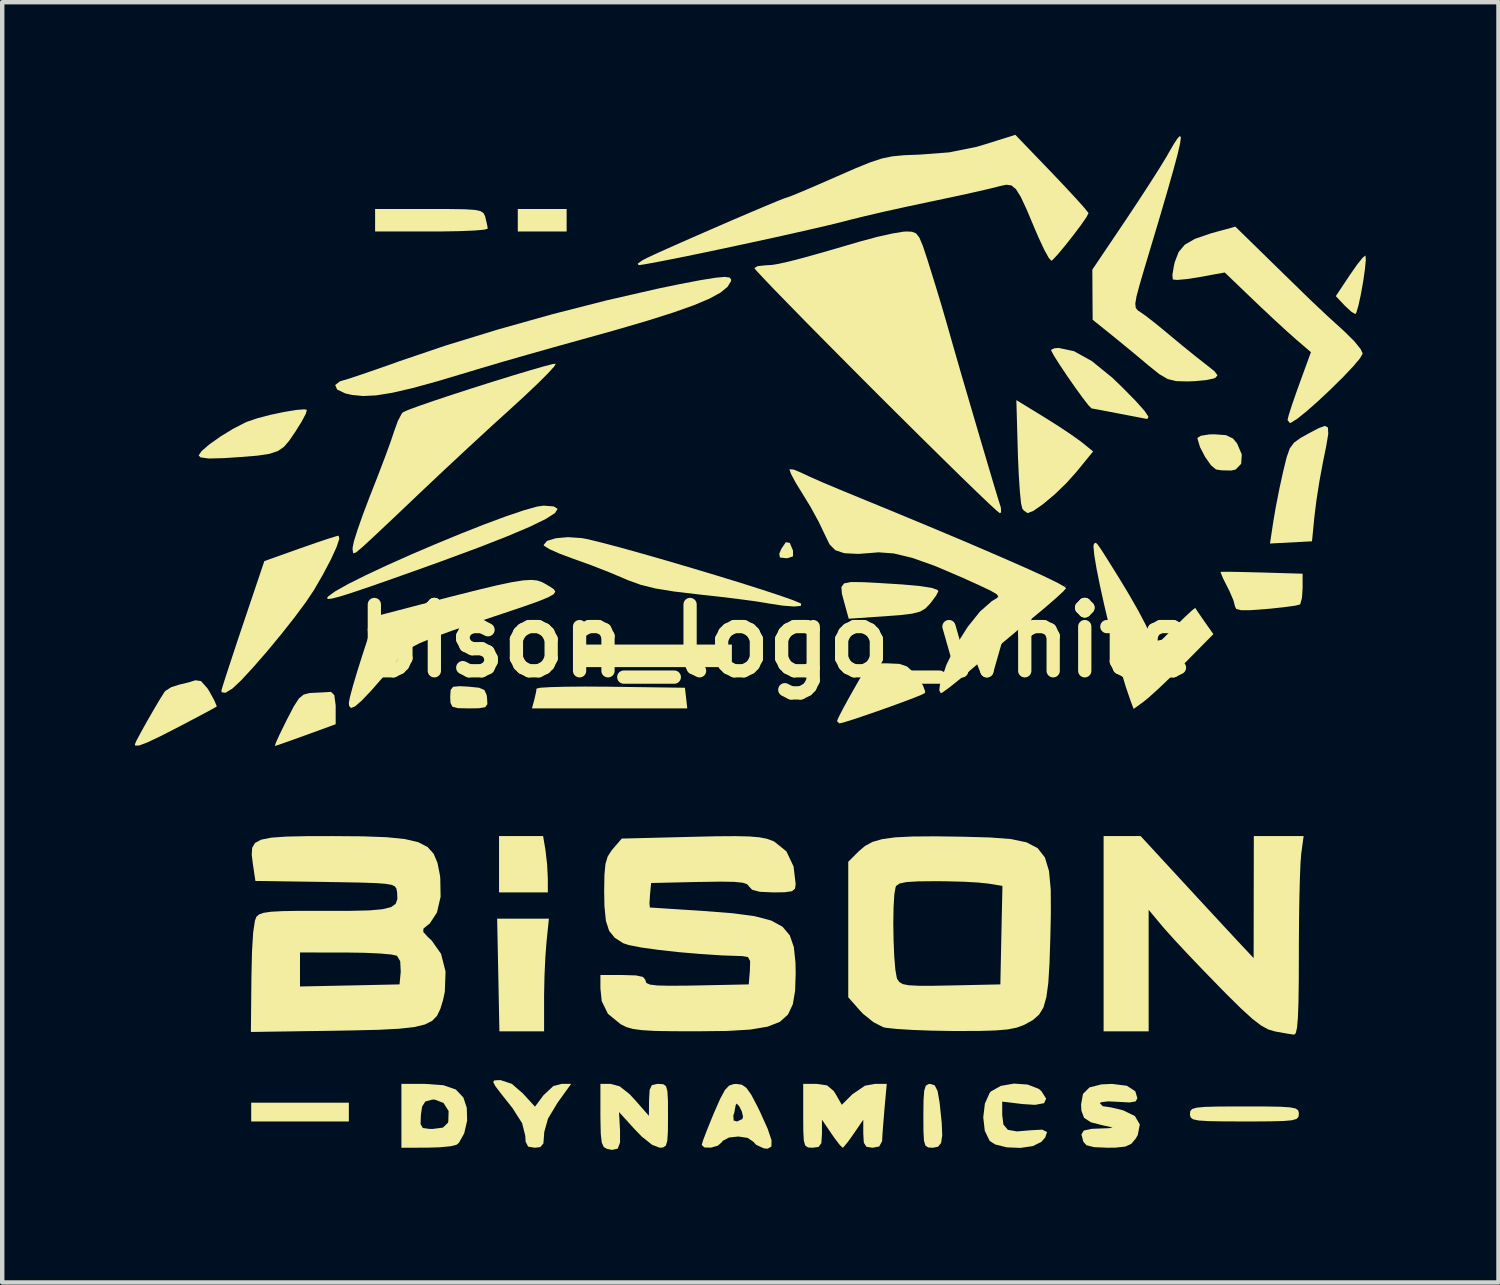
<source format=kicad_pcb>
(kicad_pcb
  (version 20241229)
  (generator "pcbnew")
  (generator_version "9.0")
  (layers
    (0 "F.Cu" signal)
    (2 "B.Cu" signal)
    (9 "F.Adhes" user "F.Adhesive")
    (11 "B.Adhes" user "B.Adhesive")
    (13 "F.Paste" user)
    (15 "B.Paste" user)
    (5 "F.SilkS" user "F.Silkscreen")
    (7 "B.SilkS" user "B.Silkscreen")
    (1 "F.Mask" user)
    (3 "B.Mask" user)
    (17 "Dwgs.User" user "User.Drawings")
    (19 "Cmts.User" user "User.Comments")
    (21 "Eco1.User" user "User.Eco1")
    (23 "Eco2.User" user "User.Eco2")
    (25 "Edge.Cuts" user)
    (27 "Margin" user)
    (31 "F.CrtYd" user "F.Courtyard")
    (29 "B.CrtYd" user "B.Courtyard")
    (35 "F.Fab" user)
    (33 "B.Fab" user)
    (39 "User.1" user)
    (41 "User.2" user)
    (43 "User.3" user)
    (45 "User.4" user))
  (footprint "bison_logo_white"
    (layer "F.Cu")
    (at 14.526 11.447)
    (property "Reference" "bison_logo_white" (at 0 0 0) (layer "F.SilkS") (effects (font (size 1.5 1.5) (thickness 0.3))))
    (attr board_only exclude_from_pos_files exclude_from_bom)
    (fp_poly (pts (xy -9.684 10.661) (xy -9.684 10.874) (xy -10.789 10.874) (xy -11.893 10.874) (xy -11.893 10.661) (xy -11.893 10.449) (xy -10.789 10.449) (xy -9.684 10.449)) (stroke (width 0) (type solid)) (fill yes) (layer "F.SilkS"))
    (fp_poly (pts (xy -4.757 -9.514) (xy -4.757 -9.26) (xy -5.309 -9.26) (xy -5.862 -9.26) (xy -5.862 -9.514) (xy -5.862 -9.769) (xy -5.309 -9.769) (xy -4.757 -9.769)) (stroke (width 0) (type solid)) (fill yes) (layer "F.SilkS"))
    (fp_poly (pts (xy -1.019 0.34) (xy -1.019 0.595) (xy -2.676 0.595) (xy -4.332 0.595) (xy -4.332 0.34) (xy -4.332 0.085) (xy -2.676 0.085) (xy -1.019 0.085)) (stroke (width 0) (type solid)) (fill yes) (layer "F.SilkS"))
    (fp_poly (pts (xy 0.292 -2.214) (xy 0.364 -2.04) (xy 0.364 -1.91) (xy 0.242 -1.87) (xy 0.206 -1.869) (xy 0.068 -1.885) (xy 0.054 -1.968) (xy 0.099 -2.079) (xy 0.202 -2.231)) (stroke (width 0) (type solid)) (fill yes) (layer "F.SilkS"))
    (fp_poly (pts (xy -5.236 4.736) (xy -5.199 5.053) (xy -5.183 5.371) (xy -5.183 5.373) (xy -5.182 5.692) (xy -5.734 5.692) (xy -6.286 5.692) (xy -6.286 5.055) (xy -6.286 4.417) (xy -5.788 4.417) (xy -5.289 4.417)) (stroke (width 0) (type solid)) (fill yes) (layer "F.SilkS"))
    (fp_poly (pts (xy -5.743 6.286) (xy -5.158 6.286) (xy -5.212 6.808) (xy -5.238 7.15) (xy -5.258 7.579) (xy -5.267 8.011) (xy -5.267 8.083) (xy -5.267 8.835) (xy -5.772 8.835) (xy -6.278 8.835) (xy -6.303 7.56) (xy -6.329 6.286)) (stroke (width 0) (type solid)) (fill yes) (layer "F.SilkS"))
    (fp_poly (pts (xy -3.846 1.038) (xy -3.759 1.039) (xy -2.081 1.062) (xy -2.054 1.295) (xy -2.028 1.529) (xy -3.785 1.529) (xy -5.542 1.529) (xy -5.49 1.338) (xy -5.449 1.161) (xy -5.438 1.081) (xy -5.357 1.062) (xy -5.132 1.048) (xy -4.788 1.039) (xy -4.351 1.035)) (stroke (width 0) (type solid)) (fill yes) (layer "F.SilkS"))
    (fp_poly (pts (xy -6.987 1.036) (xy -6.741 1.061) (xy -6.617 1.114) (xy -6.567 1.224) (xy -6.557 1.295) (xy -6.55 1.433) (xy -6.6 1.502) (xy -6.746 1.526) (xy -6.96 1.529) (xy -7.214 1.524) (xy -7.341 1.491) (xy -7.385 1.403) (xy -7.391 1.27) (xy -7.382 1.114) (xy -7.327 1.041) (xy -7.18 1.026)) (stroke (width 0) (type solid)) (fill yes) (layer "F.SilkS"))
    (fp_poly (pts (xy 13.315 -8.716) (xy 13.323 -8.618) (xy 13.303 -8.408) (xy 13.264 -8.135) (xy 13.213 -7.849) (xy 13.159 -7.598) (xy 13.111 -7.431) (xy 13.085 -7.391) (xy 12.993 -7.447) (xy 12.847 -7.582) (xy 12.836 -7.594) (xy 12.644 -7.798) (xy 12.961 -8.275) (xy 13.125 -8.509) (xy 13.251 -8.667) (xy 13.314 -8.716)) (stroke (width 0) (type solid)) (fill yes) (layer "F.SilkS"))
    (fp_poly (pts (xy 10.157 -4.653) (xy 10.317 -4.577) (xy 10.411 -4.465) (xy 10.517 -4.214) (xy 10.503 -4.005) (xy 10.378 -3.875) (xy 10.279 -3.852) (xy 10.058 -3.857) (xy 9.932 -3.877) (xy 9.819 -3.972) (xy 9.686 -4.162) (xy 9.572 -4.382) (xy 9.516 -4.568) (xy 9.514 -4.59) (xy 9.59 -4.639) (xy 9.782 -4.669) (xy 9.895 -4.672)) (stroke (width 0) (type solid)) (fill yes) (layer "F.SilkS"))
    (fp_poly (pts (xy -7.39 -9.768) (xy -7.055 -9.763) (xy -6.836 -9.748) (xy -6.706 -9.721) (xy -6.638 -9.677) (xy -6.605 -9.613) (xy -6.595 -9.578) (xy -6.554 -9.402) (xy -6.542 -9.323) (xy -6.622 -9.301) (xy -6.842 -9.282) (xy -7.174 -9.268) (xy -7.587 -9.261) (xy -7.815 -9.26) (xy -9.09 -9.26) (xy -9.09 -9.514) (xy -9.09 -9.769) (xy -7.868 -9.769)) (stroke (width 0) (type solid)) (fill yes) (layer "F.SilkS"))
    (fp_poly (pts (xy 3.57 10.057) (xy 3.634 10.182) (xy 3.679 10.436) (xy 3.683 10.47) (xy 3.728 10.898) (xy 3.74 11.186) (xy 3.715 11.359) (xy 3.647 11.444) (xy 3.533 11.468) (xy 3.525 11.468) (xy 3.423 11.462) (xy 3.36 11.419) (xy 3.327 11.308) (xy 3.315 11.093) (xy 3.313 10.746) (xy 3.317 10.394) (xy 3.332 10.179) (xy 3.367 10.067) (xy 3.428 10.028) (xy 3.471 10.024)) (stroke (width 0) (type solid)) (fill yes) (layer "F.SilkS"))
    (fp_poly (pts (xy 6.043 -5.062) (xy 6.365 -4.859) (xy 6.66 -4.663) (xy 6.875 -4.509) (xy 6.911 -4.481) (xy 7.153 -4.284) (xy 6.773 -3.818) (xy 6.542 -3.561) (xy 6.279 -3.308) (xy 6.021 -3.092) (xy 5.805 -2.941) (xy 5.671 -2.888) (xy 5.583 -2.95) (xy 5.55 -2.994) (xy 5.523 -3.115) (xy 5.497 -3.37) (xy 5.473 -3.727) (xy 5.454 -4.15) (xy 5.45 -4.273) (xy 5.417 -5.445)) (stroke (width 0) (type solid)) (fill yes) (layer "F.SilkS"))
    (fp_poly (pts (xy -10.013 1.229) (xy -9.982 1.462) (xy -9.982 1.517) (xy -9.982 1.887) (xy -10.656 2.133) (xy -10.966 2.244) (xy -11.208 2.33) (xy -11.343 2.375) (xy -11.358 2.379) (xy -11.336 2.309) (xy -11.253 2.124) (xy -11.124 1.861) (xy -11.086 1.784) (xy -10.93 1.484) (xy -10.814 1.305) (xy -10.706 1.216) (xy -10.575 1.182) (xy -10.49 1.177) (xy -10.259 1.166) (xy -10.095 1.156) (xy -10.088 1.155)) (stroke (width 0) (type solid)) (fill yes) (layer "F.SilkS"))
    (fp_poly (pts (xy 1.967 -1.326) (xy 2.272 -1.31) (xy 2.837 -1.275) (xy 3.243 -1.238) (xy 3.505 -1.197) (xy 3.634 -1.151) (xy 3.652 -1.122) (xy 3.602 -1.023) (xy 3.48 -0.859) (xy 3.461 -0.836) (xy 3.358 -0.73) (xy 3.237 -0.66) (xy 3.06 -0.614) (xy 2.786 -0.581) (xy 2.448 -0.556) (xy 1.625 -0.5) (xy 1.535 -0.824) (xy 1.471 -1.062) (xy 1.458 -1.215) (xy 1.519 -1.299) (xy 1.68 -1.33)) (stroke (width 0) (type solid)) (fill yes) (layer "F.SilkS"))
    (fp_poly (pts (xy 12.466 -4.825) (xy 12.473 -4.681) (xy 12.428 -4.409) (xy 12.352 -4.037) (xy 12.275 -3.62) (xy 12.205 -3.173) (xy 12.161 -2.817) (xy 12.105 -2.251) (xy 11.63 -2.226) (xy 11.155 -2.201) (xy 11.229 -2.693) (xy 11.288 -3.037) (xy 11.37 -3.452) (xy 11.451 -3.823) (xy 11.53 -4.146) (xy 11.602 -4.351) (xy 11.7 -4.485) (xy 11.857 -4.596) (xy 12.043 -4.699) (xy 12.261 -4.813) (xy 12.399 -4.862)) (stroke (width 0) (type solid)) (fill yes) (layer "F.SilkS"))
    (fp_poly (pts (xy 2.502 0.51) (xy 2.772 0.522) (xy 2.946 0.582) (xy 3.099 0.723) (xy 3.174 0.814) (xy 3.304 1.008) (xy 3.355 1.149) (xy 3.344 1.184) (xy 3.243 1.233) (xy 3.021 1.32) (xy 2.718 1.433) (xy 2.376 1.556) (xy 2.033 1.675) (xy 1.731 1.777) (xy 1.51 1.846) (xy 1.413 1.869) (xy 1.359 1.816) (xy 1.399 1.723) (xy 1.503 1.521) (xy 1.654 1.246) (xy 1.716 1.137) (xy 2.073 0.51)) (stroke (width 0) (type solid)) (fill yes) (layer "F.SilkS"))
    (fp_poly (pts (xy 10.355 -1.56) (xy 10.677 -1.553) (xy 10.98 -1.545) (xy 11.893 -1.518) (xy 11.893 -1.189) (xy 11.878 -0.968) (xy 11.84 -0.833) (xy 11.828 -0.82) (xy 11.719 -0.794) (xy 11.485 -0.762) (xy 11.17 -0.728) (xy 11.064 -0.719) (xy 10.712 -0.693) (xy 10.497 -0.693) (xy 10.392 -0.72) (xy 10.364 -0.776) (xy 10.326 -0.921) (xy 10.231 -1.14) (xy 10.189 -1.221) (xy 10.089 -1.421) (xy 10.04 -1.543) (xy 10.04 -1.559) (xy 10.131 -1.562)) (stroke (width 0) (type solid)) (fill yes) (layer "F.SilkS"))
    (fp_poly (pts (xy -10.634 -5.225) (xy -10.656 -5.14) (xy -10.754 -4.955) (xy -10.9 -4.722) (xy -11.034 -4.526) (xy -11.153 -4.387) (xy -11.291 -4.293) (xy -11.48 -4.23) (xy -11.75 -4.189) (xy -12.135 -4.158) (xy -12.509 -4.133) (xy -12.853 -4.124) (xy -13.04 -4.15) (xy -13.082 -4.194) (xy -13.013 -4.295) (xy -12.835 -4.447) (xy -12.586 -4.623) (xy -12.307 -4.794) (xy -12.038 -4.933) (xy -11.978 -4.959) (xy -11.75 -5.036) (xy -11.459 -5.112) (xy -11.153 -5.177) (xy -10.881 -5.222) (xy -10.691 -5.237)) (stroke (width 0) (type solid)) (fill yes) (layer "F.SilkS"))
    (fp_poly (pts (xy 6.72 -6.552) (xy 7.122 -6.33) (xy 7.584 -5.955) (xy 7.794 -5.754) (xy 8.117 -5.426) (xy 8.318 -5.201) (xy 8.405 -5.069) (xy 8.384 -5.021) (xy 8.346 -5.024) (xy 8.236 -5.045) (xy 8.008 -5.089) (xy 7.73 -5.142) (xy 7.44 -5.198) (xy 7.218 -5.24) (xy 7.117 -5.258) (xy 7.049 -5.327) (xy 6.915 -5.5) (xy 6.743 -5.738) (xy 6.559 -6.003) (xy 6.39 -6.256) (xy 6.262 -6.459) (xy 6.203 -6.572) (xy 6.201 -6.58) (xy 6.273 -6.617) (xy 6.374 -6.626)) (stroke (width 0) (type solid)) (fill yes) (layer "F.SilkS"))
    (fp_poly (pts (xy -13.03 0.91) (xy -12.886 1.071) (xy -12.835 1.153) (xy -12.728 1.348) (xy -12.675 1.471) (xy -12.675 1.488) (xy -12.756 1.534) (xy -12.956 1.642) (xy -13.243 1.794) (xy -13.53 1.945) (xy -13.952 2.161) (xy -14.246 2.3) (xy -14.427 2.368) (xy -14.513 2.371) (xy -14.526 2.344) (xy -14.487 2.255) (xy -14.385 2.064) (xy -14.247 1.816) (xy -14.096 1.554) (xy -13.959 1.323) (xy -13.861 1.167) (xy -13.838 1.136) (xy -13.7 1.048) (xy -13.526 0.993) (xy -13.3 0.938) (xy -13.157 0.893)) (stroke (width 0) (type solid)) (fill yes) (layer "F.SilkS"))
    (fp_poly (pts (xy -9.899 -2.311) (xy -9.961 -2.123) (xy -10.09 -1.841) (xy -10.276 -1.489) (xy -10.474 -1.147) (xy -10.656 -0.875) (xy -10.914 -0.528) (xy -11.218 -0.143) (xy -11.54 0.246) (xy -11.851 0.603) (xy -12.12 0.894) (xy -12.318 1.08) (xy -12.475 1.176) (xy -12.561 1.164) (xy -12.567 1.126) (xy -12.539 1.028) (xy -12.466 0.797) (xy -12.355 0.459) (xy -12.217 0.041) (xy -12.079 -0.371) (xy -11.596 -1.803) (xy -10.789 -2.091) (xy -10.443 -2.212) (xy -10.157 -2.308) (xy -9.969 -2.366) (xy -9.917 -2.379)) (stroke (width 0) (type solid)) (fill yes) (layer "F.SilkS"))
    (fp_poly (pts (xy -6.25 9.939) (xy -5.997 10.023) (xy -5.748 10.239) (xy -5.473 10.539) (xy -5.282 10.282) (xy -5.057 10.072) (xy -4.874 10.024) (xy -4.656 10.024) (xy -4.962 10.449) (xy -5.179 10.81) (xy -5.264 11.114) (xy -5.267 11.171) (xy -5.283 11.372) (xy -5.354 11.454) (xy -5.479 11.468) (xy -5.628 11.443) (xy -5.685 11.331) (xy -5.692 11.201) (xy -5.764 10.913) (xy -5.985 10.566) (xy -6.004 10.543) (xy -6.232 10.256) (xy -6.367 10.079) (xy -6.418 9.984) (xy -6.396 9.946) (xy -6.311 9.939)) (stroke (width 0) (type solid)) (fill yes) (layer "F.SilkS"))
    (fp_poly (pts (xy 11.057 10.535) (xy 11.393 10.541) (xy 11.61 10.555) (xy 11.735 10.581) (xy 11.792 10.622) (xy 11.808 10.683) (xy 11.808 10.704) (xy 11.799 10.77) (xy 11.757 10.816) (xy 11.654 10.846) (xy 11.465 10.863) (xy 11.166 10.871) (xy 10.729 10.874) (xy 10.576 10.874) (xy 10.096 10.872) (xy 9.76 10.866) (xy 9.543 10.852) (xy 9.418 10.826) (xy 9.361 10.785) (xy 9.345 10.725) (xy 9.344 10.704) (xy 9.353 10.637) (xy 9.396 10.591) (xy 9.499 10.561) (xy 9.687 10.544) (xy 9.987 10.536) (xy 10.423 10.534) (xy 10.576 10.534)) (stroke (width 0) (type solid)) (fill yes) (layer "F.SilkS"))
    (fp_poly (pts (xy -5.048 -3.04) (xy -4.961 -2.985) (xy -5.02 -2.891) (xy -5.228 -2.757) (xy -5.587 -2.582) (xy -6.101 -2.364) (xy -6.772 -2.102) (xy -7.602 -1.795) (xy -7.985 -1.657) (xy -8.665 -1.415) (xy -9.199 -1.228) (xy -9.602 -1.092) (xy -9.887 -1.002) (xy -10.069 -0.955) (xy -10.16 -0.946) (xy -10.176 -0.97) (xy -10.152 -1.004) (xy -9.991 -1.121) (xy -9.697 -1.286) (xy -9.297 -1.486) (xy -8.816 -1.711) (xy -8.281 -1.95) (xy -7.719 -2.19) (xy -7.156 -2.422) (xy -6.619 -2.634) (xy -6.134 -2.814) (xy -5.727 -2.952) (xy -5.425 -3.037) (xy -5.279 -3.058)) (stroke (width 0) (type solid)) (fill yes) (layer "F.SilkS"))
    (fp_poly (pts (xy 5.672 10.039) (xy 5.921 10.135) (xy 5.984 10.189) (xy 6.091 10.358) (xy 6.044 10.46) (xy 5.841 10.498) (xy 5.559 10.48) (xy 5.097 10.425) (xy 5.097 10.725) (xy 5.124 10.944) (xy 5.225 11.063) (xy 5.431 11.099) (xy 5.736 11.073) (xy 6.001 11.059) (xy 6.112 11.112) (xy 6.07 11.236) (xy 5.983 11.335) (xy 5.79 11.431) (xy 5.507 11.472) (xy 5.2 11.459) (xy 4.937 11.394) (xy 4.813 11.313) (xy 4.703 11.086) (xy 4.668 10.781) (xy 4.705 10.47) (xy 4.813 10.227) (xy 4.842 10.194) (xy 5.065 10.069) (xy 5.364 10.017)) (stroke (width 0) (type solid)) (fill yes) (layer "F.SilkS"))
    (fp_poly (pts (xy -7.545 10.054) (xy -7.264 10.151) (xy -7.093 10.332) (xy -7.016 10.564) (xy -7.008 10.855) (xy -7.074 11.142) (xy -7.193 11.355) (xy -7.247 11.401) (xy -7.379 11.434) (xy -7.627 11.458) (xy -7.922 11.467) (xy -8.495 11.468) (xy -8.495 10.933) (xy -8.062 10.933) (xy -8.01 11.022) (xy -7.856 11.043) (xy -7.784 11.043) (xy -7.557 11.013) (xy -7.446 10.908) (xy -7.434 10.877) (xy -7.427 10.638) (xy -7.542 10.455) (xy -7.744 10.378) (xy -7.8 10.38) (xy -7.954 10.422) (xy -8.027 10.537) (xy -8.054 10.725) (xy -8.062 10.933) (xy -8.495 10.933) (xy -8.495 10.746) (xy -8.495 10.024) (xy -7.962 10.024)) (stroke (width 0) (type solid)) (fill yes) (layer "F.SilkS"))
    (fp_poly (pts (xy -3.559 10.078) (xy -3.334 10.255) (xy -3.213 10.385) (xy -2.896 10.746) (xy -2.892 10.385) (xy -2.879 10.157) (xy -2.829 10.053) (xy -2.714 10.025) (xy -2.676 10.024) (xy -2.573 10.031) (xy -2.51 10.073) (xy -2.478 10.185) (xy -2.465 10.399) (xy -2.464 10.746) (xy -2.466 11.096) (xy -2.48 11.31) (xy -2.513 11.421) (xy -2.575 11.462) (xy -2.65 11.468) (xy -2.825 11.401) (xy -3.059 11.214) (xy -3.204 11.065) (xy -3.572 10.661) (xy -3.549 11.078) (xy -3.549 11.353) (xy -3.602 11.489) (xy -3.73 11.517) (xy -3.844 11.494) (xy -3.918 11.452) (xy -3.963 11.349) (xy -3.985 11.151) (xy -3.992 10.825) (xy -3.993 10.74) (xy -3.993 10.024) (xy -3.761 10.024)) (stroke (width 0) (type solid)) (fill yes) (layer "F.SilkS"))
    (fp_poly (pts (xy -5.424 -1.365) (xy -5.319 -1.33) (xy -5.256 -1.297) (xy -5.131 -1.224) (xy -5.045 -1.165) (xy -5.013 -1.111) (xy -5.051 -1.054) (xy -5.173 -0.985) (xy -5.396 -0.894) (xy -5.734 -0.774) (xy -6.203 -0.616) (xy -6.796 -0.418) (xy -7.359 -0.226) (xy -7.781 -0.072) (xy -8.085 0.055) (xy -8.294 0.163) (xy -8.431 0.264) (xy -8.481 0.316) (xy -8.876 0.782) (xy -9.177 1.125) (xy -9.396 1.356) (xy -9.545 1.484) (xy -9.635 1.52) (xy -9.677 1.475) (xy -9.684 1.4) (xy -9.659 1.271) (xy -9.591 1.018) (xy -9.491 0.682) (xy -9.389 0.359) (xy -9.094 -0.552) (xy -8.051 -0.824) (xy -7.338 -1.008) (xy -6.77 -1.151) (xy -6.327 -1.257) (xy -5.99 -1.328) (xy -5.74 -1.367) (xy -5.558 -1.378)) (stroke (width 0) (type solid)) (fill yes) (layer "F.SilkS"))
    (fp_poly (pts (xy 1.132 10.057) (xy 1.283 10.182) (xy 1.333 10.26) (xy 1.468 10.497) (xy 1.705 10.26) (xy 1.991 10.065) (xy 2.213 10.024) (xy 2.485 10.024) (xy 2.433 10.597) (xy 2.407 10.913) (xy 2.387 11.175) (xy 2.38 11.32) (xy 2.314 11.44) (xy 2.166 11.468) (xy 2.026 11.448) (xy 1.966 11.354) (xy 1.954 11.151) (xy 1.954 10.834) (xy 1.738 11.151) (xy 1.602 11.341) (xy 1.507 11.454) (xy 1.487 11.468) (xy 1.422 11.405) (xy 1.299 11.244) (xy 1.235 11.151) (xy 1.019 10.834) (xy 1.019 11.151) (xy 1.006 11.361) (xy 0.943 11.45) (xy 0.807 11.468) (xy 0.704 11.462) (xy 0.641 11.419) (xy 0.609 11.308) (xy 0.597 11.093) (xy 0.595 10.746) (xy 0.595 10.024) (xy 0.896 10.024)) (stroke (width 0) (type solid)) (fill yes) (layer "F.SilkS"))
    (fp_poly (pts (xy 7.258 -2.176) (xy 7.333 -2.069) (xy 7.458 -1.873) (xy 7.65 -1.566) (xy 7.753 -1.4) (xy 7.973 -1.035) (xy 8.177 -0.678) (xy 8.334 -0.38) (xy 8.393 -0.254) (xy 8.557 0.127) (xy 9.006 -0.32) (xy 9.222 -0.531) (xy 9.384 -0.682) (xy 9.461 -0.744) (xy 9.464 -0.744) (xy 9.513 -0.668) (xy 9.626 -0.503) (xy 9.673 -0.436) (xy 9.874 -0.151) (xy 9.205 0.526) (xy 8.91 0.819) (xy 8.634 1.082) (xy 8.412 1.282) (xy 8.304 1.371) (xy 8.07 1.541) (xy 7.996 1.344) (xy 7.891 1.037) (xy 7.774 0.642) (xy 7.65 0.188) (xy 7.527 -0.296) (xy 7.412 -0.78) (xy 7.311 -1.235) (xy 7.231 -1.633) (xy 7.179 -1.943) (xy 7.161 -2.138) (xy 7.171 -2.187) (xy 7.194 -2.213) (xy 7.218 -2.216)) (stroke (width 0) (type solid)) (fill yes) (layer "F.SilkS"))
    (fp_poly (pts (xy -4.418 -2.324) (xy -4.29 -2.301) (xy -3.955 -2.219) (xy -3.524 -2.105) (xy -3.023 -1.965) (xy -2.476 -1.808) (xy -1.909 -1.641) (xy -1.346 -1.472) (xy -0.813 -1.308) (xy -0.334 -1.156) (xy 0.065 -1.025) (xy 0.36 -0.921) (xy 0.525 -0.853) (xy 0.548 -0.839) (xy 0.541 -0.79) (xy 0.395 -0.776) (xy 0.139 -0.795) (xy -0.2 -0.847) (xy -0.255 -0.857) (xy -0.485 -0.894) (xy -0.838 -0.941) (xy -1.268 -0.994) (xy -1.73 -1.045) (xy -1.784 -1.051) (xy -2.332 -1.116) (xy -2.752 -1.185) (xy -3.085 -1.268) (xy -3.372 -1.372) (xy -3.44 -1.402) (xy -3.784 -1.547) (xy -4.201 -1.71) (xy -4.603 -1.855) (xy -4.615 -1.859) (xy -4.92 -1.973) (xy -5.151 -2.076) (xy -5.27 -2.152) (xy -5.278 -2.168) (xy -5.201 -2.26) (xy -5.001 -2.321) (xy -4.725 -2.345)) (stroke (width 0) (type solid)) (fill yes) (layer "F.SilkS"))
    (fp_poly (pts (xy -1.066 -8.217) (xy -1.034 -8.167) (xy -1.04 -8.134) (xy -1.117 -8.008) (xy -1.274 -7.879) (xy -1.523 -7.742) (xy -1.876 -7.593) (xy -2.347 -7.426) (xy -2.948 -7.236) (xy -3.691 -7.019) (xy -4.46 -6.805) (xy -5.035 -6.645) (xy -5.637 -6.475) (xy -6.215 -6.309) (xy -6.715 -6.161) (xy -6.971 -6.084) (xy -7.676 -5.873) (xy -8.244 -5.717) (xy -8.698 -5.612) (xy -9.062 -5.553) (xy -9.359 -5.538) (xy -9.61 -5.562) (xy -9.763 -5.596) (xy -9.949 -5.685) (xy -9.993 -5.786) (xy -9.887 -5.87) (xy -9.836 -5.885) (xy -9.686 -5.929) (xy -9.413 -6.02) (xy -9.052 -6.144) (xy -8.64 -6.289) (xy -8.55 -6.322) (xy -7.488 -6.682) (xy -6.314 -7.042) (xy -5.082 -7.388) (xy -3.849 -7.703) (xy -2.671 -7.972) (xy -2.221 -8.065) (xy -1.736 -8.158) (xy -1.396 -8.213) (xy -1.18 -8.233)) (stroke (width 0) (type solid)) (fill yes) (layer "F.SilkS"))
    (fp_poly (pts (xy 7.917 10.066) (xy 8.108 10.191) (xy 8.155 10.349) (xy 8.116 10.42) (xy 7.977 10.444) (xy 7.73 10.43) (xy 7.489 10.419) (xy 7.335 10.438) (xy 7.306 10.461) (xy 7.373 10.529) (xy 7.412 10.534) (xy 7.559 10.556) (xy 7.786 10.609) (xy 7.832 10.622) (xy 8.098 10.751) (xy 8.21 10.942) (xy 8.163 11.182) (xy 8.118 11.26) (xy 8.017 11.38) (xy 7.882 11.442) (xy 7.66 11.466) (xy 7.483 11.468) (xy 7.176 11.455) (xy 7.003 11.411) (xy 6.933 11.334) (xy 6.889 11.168) (xy 6.942 11.079) (xy 7.119 11.041) (xy 7.284 11.034) (xy 7.518 11.026) (xy 7.593 11.015) (xy 7.52 10.992) (xy 7.388 10.965) (xy 7.102 10.892) (xy 6.948 10.791) (xy 6.888 10.627) (xy 6.881 10.489) (xy 6.924 10.251) (xy 7.07 10.104) (xy 7.34 10.035) (xy 7.58 10.024)) (stroke (width 0) (type solid)) (fill yes) (layer "F.SilkS"))
    (fp_poly (pts (xy -5.037 -6.207) (xy -5.179 -6.051) (xy -5.411 -5.82) (xy -5.714 -5.533) (xy -6.005 -5.266) (xy -6.473 -4.841) (xy -7 -4.355) (xy -7.529 -3.862) (xy -8.003 -3.415) (xy -8.111 -3.313) (xy -8.472 -2.969) (xy -8.807 -2.652) (xy -9.089 -2.387) (xy -9.292 -2.198) (xy -9.367 -2.13) (xy -9.52 -2) (xy -9.585 -1.978) (xy -9.599 -2.063) (xy -9.599 -2.108) (xy -9.569 -2.253) (xy -9.485 -2.519) (xy -9.361 -2.87) (xy -9.209 -3.271) (xy -9.184 -3.333) (xy -9.017 -3.76) (xy -8.863 -4.164) (xy -8.74 -4.501) (xy -8.663 -4.728) (xy -8.661 -4.737) (xy -8.575 -4.974) (xy -8.487 -5.14) (xy -8.46 -5.17) (xy -8.348 -5.221) (xy -8.107 -5.31) (xy -7.766 -5.428) (xy -7.355 -5.565) (xy -6.904 -5.711) (xy -6.441 -5.858) (xy -5.998 -5.995) (xy -5.602 -6.114) (xy -5.285 -6.206) (xy -5.075 -6.26) (xy -5.004 -6.269)) (stroke (width 0) (type solid)) (fill yes) (layer "F.SilkS"))
    (fp_poly (pts (xy -0.793 10.042) (xy -0.69 10.114) (xy -0.579 10.271) (xy -0.436 10.544) (xy -0.379 10.662) (xy -0.207 11.044) (xy -0.122 11.298) (xy -0.125 11.442) (xy -0.212 11.49) (xy -0.297 11.482) (xy -0.471 11.401) (xy -0.535 11.331) (xy -0.664 11.245) (xy -0.872 11.214) (xy -1.084 11.237) (xy -1.227 11.313) (xy -1.244 11.341) (xy -1.337 11.422) (xy -1.494 11.466) (xy -1.64 11.462) (xy -1.701 11.405) (xy -1.671 11.302) (xy -1.588 11.084) (xy -1.47 10.792) (xy -1.448 10.739) (xy -0.986 10.739) (xy -0.978 10.853) (xy -0.901 10.874) (xy -0.783 10.82) (xy -0.766 10.767) (xy -0.794 10.645) (xy -0.854 10.528) (xy -0.912 10.469) (xy -0.933 10.506) (xy -0.963 10.67) (xy -0.986 10.739) (xy -1.448 10.739) (xy -1.425 10.683) (xy -1.282 10.359) (xy -1.176 10.162) (xy -1.081 10.062) (xy -0.973 10.027) (xy -0.916 10.025)) (stroke (width 0) (type solid)) (fill yes) (layer "F.SilkS"))
    (fp_poly (pts (xy 11.275 -8.486) (xy 11.637 -8.133) (xy 11.906 -7.87) (xy 12.112 -7.671) (xy 12.285 -7.508) (xy 12.452 -7.351) (xy 12.645 -7.175) (xy 12.853 -6.985) (xy 13.062 -6.778) (xy 13.206 -6.599) (xy 13.252 -6.5) (xy 13.192 -6.392) (xy 13.032 -6.203) (xy 12.802 -5.96) (xy 12.53 -5.692) (xy 12.248 -5.427) (xy 11.983 -5.193) (xy 11.766 -5.019) (xy 11.626 -4.932) (xy 11.605 -4.927) (xy 11.554 -4.991) (xy 11.553 -5.003) (xy 11.581 -5.113) (xy 11.654 -5.341) (xy 11.76 -5.647) (xy 11.817 -5.805) (xy 12.081 -6.53) (xy 11.754 -6.81) (xy 11.549 -6.992) (xy 11.267 -7.251) (xy 10.954 -7.544) (xy 10.778 -7.712) (xy 10.131 -8.333) (xy 9.568 -8.23) (xy 9.278 -8.184) (xy 9.058 -8.164) (xy 8.957 -8.174) (xy 8.947 -8.279) (xy 8.981 -8.483) (xy 9.002 -8.571) (xy 9.089 -8.797) (xy 9.23 -8.963) (xy 9.46 -9.095) (xy 9.813 -9.216) (xy 9.964 -9.258) (xy 10.372 -9.369)) (stroke (width 0) (type solid)) (fill yes) (layer "F.SilkS"))
    (fp_poly (pts (xy 9.105 5.368) (xy 9.451 5.743) (xy 9.793 6.113) (xy 10.098 6.442) (xy 10.332 6.694) (xy 10.383 6.749) (xy 10.785 7.178) (xy 10.787 5.798) (xy 10.789 4.417) (xy 11.352 4.417) (xy 11.916 4.417) (xy 11.862 4.812) (xy 11.846 5.014) (xy 11.832 5.354) (xy 11.82 5.801) (xy 11.812 6.323) (xy 11.808 6.888) (xy 11.808 7.063) (xy 11.806 7.7) (xy 11.799 8.183) (xy 11.786 8.529) (xy 11.766 8.755) (xy 11.738 8.876) (xy 11.702 8.91) (xy 11.554 8.888) (xy 11.322 8.847) (xy 11.264 8.836) (xy 11.116 8.792) (xy 10.955 8.704) (xy 10.76 8.555) (xy 10.508 8.326) (xy 10.175 7.998) (xy 9.986 7.805) (xy 9.632 7.441) (xy 9.294 7.087) (xy 9.003 6.775) (xy 8.788 6.536) (xy 8.724 6.462) (xy 8.41 6.086) (xy 8.41 7.46) (xy 8.41 8.835) (xy 7.9 8.835) (xy 7.391 8.835) (xy 7.391 6.626) (xy 7.391 4.417) (xy 7.809 4.417) (xy 8.228 4.417)) (stroke (width 0) (type solid)) (fill yes) (layer "F.SilkS"))
    (fp_poly (pts (xy 9.139 -11.385) (xy 9.12 -11.247) (xy 9.063 -11) (xy 8.964 -10.632) (xy 8.822 -10.134) (xy 8.635 -9.496) (xy 8.399 -8.709) (xy 8.325 -8.462) (xy 8.207 -8.061) (xy 8.135 -7.792) (xy 8.107 -7.625) (xy 8.119 -7.529) (xy 8.166 -7.473) (xy 8.197 -7.454) (xy 8.332 -7.36) (xy 8.552 -7.19) (xy 8.815 -6.975) (xy 8.867 -6.931) (xy 9.168 -6.681) (xy 9.467 -6.439) (xy 9.704 -6.253) (xy 9.715 -6.245) (xy 9.903 -6.094) (xy 9.967 -6.007) (xy 9.923 -5.953) (xy 9.884 -5.935) (xy 9.71 -5.898) (xy 9.442 -5.873) (xy 9.284 -5.868) (xy 9.033 -5.875) (xy 8.842 -5.921) (xy 8.651 -6.033) (xy 8.399 -6.235) (xy 8.392 -6.241) (xy 8.083 -6.5) (xy 7.752 -6.772) (xy 7.543 -6.942) (xy 7.143 -7.263) (xy 7.139 -7.831) (xy 7.136 -8.398) (xy 7.865 -9.48) (xy 8.145 -9.901) (xy 8.415 -10.315) (xy 8.648 -10.681) (xy 8.819 -10.961) (xy 8.858 -11.03) (xy 8.977 -11.235) (xy 9.065 -11.369) (xy 9.119 -11.422)) (stroke (width 0) (type solid)) (fill yes) (layer "F.SilkS"))
    (fp_poly (pts (xy 3.055 -9.254) (xy 3.146 -9.219) (xy 3.221 -9.125) (xy 3.299 -8.942) (xy 3.399 -8.641) (xy 3.465 -8.431) (xy 3.596 -8.01) (xy 3.725 -7.583) (xy 3.831 -7.219) (xy 3.867 -7.093) (xy 3.946 -6.815) (xy 4.055 -6.435) (xy 4.186 -5.98) (xy 4.333 -5.48) (xy 4.485 -4.961) (xy 4.635 -4.451) (xy 4.775 -3.978) (xy 4.896 -3.57) (xy 4.991 -3.255) (xy 5.052 -3.06) (xy 5.067 -3.014) (xy 5.072 -2.905) (xy 5.042 -2.888) (xy 4.969 -2.947) (xy 4.788 -3.113) (xy 4.512 -3.377) (xy 4.153 -3.725) (xy 3.724 -4.146) (xy 3.236 -4.627) (xy 2.702 -5.157) (xy 2.229 -5.628) (xy 1.668 -6.191) (xy 1.145 -6.718) (xy 0.673 -7.196) (xy 0.264 -7.614) (xy -0.071 -7.958) (xy -0.319 -8.218) (xy -0.469 -8.38) (xy -0.51 -8.432) (xy -0.436 -8.476) (xy -0.258 -8.495) (xy -0.254 -8.495) (xy -0.128 -8.502) (xy 0.036 -8.528) (xy 0.261 -8.578) (xy 0.568 -8.657) (xy 0.981 -8.772) (xy 1.521 -8.928) (xy 1.9 -9.039) (xy 2.269 -9.138) (xy 2.609 -9.214) (xy 2.864 -9.256) (xy 2.929 -9.26)) (stroke (width 0) (type solid)) (fill yes) (layer "F.SilkS"))
    (fp_poly (pts (xy 0.379 -3.874) (xy 0.553 -3.802) (xy 0.566 -3.795) (xy 0.754 -3.707) (xy 1.047 -3.578) (xy 1.394 -3.432) (xy 1.529 -3.376) (xy 2.544 -2.959) (xy 3.463 -2.578) (xy 4.278 -2.235) (xy 4.981 -1.933) (xy 5.564 -1.678) (xy 6.019 -1.472) (xy 6.337 -1.318) (xy 6.51 -1.221) (xy 6.541 -1.19) (xy 6.479 -1.118) (xy 6.311 -0.963) (xy 6.064 -0.749) (xy 5.798 -0.529) (xy 5.407 -0.207) (xy 4.98 0.151) (xy 4.584 0.487) (xy 4.417 0.63) (xy 4.14 0.865) (xy 3.908 1.051) (xy 3.752 1.164) (xy 3.707 1.186) (xy 3.673 1.118) (xy 3.693 0.956) (xy 3.837 0.537) (xy 4.054 0.098) (xy 4.317 -0.317) (xy 4.596 -0.664) (xy 4.864 -0.899) (xy 4.906 -0.924) (xy 4.982 -0.969) (xy 5.008 -1.009) (xy 4.965 -1.06) (xy 4.831 -1.136) (xy 4.584 -1.253) (xy 4.205 -1.425) (xy 3.573 -1.695) (xy 3.059 -1.877) (xy 2.641 -1.977) (xy 2.296 -2.002) (xy 2.146 -1.989) (xy 1.842 -1.966) (xy 1.554 -1.98) (xy 1.508 -1.987) (xy 1.321 -2.05) (xy 1.191 -2.182) (xy 1.075 -2.421) (xy 0.944 -2.695) (xy 0.76 -3.031) (xy 0.582 -3.322) (xy 0.424 -3.579) (xy 0.318 -3.777) (xy 0.283 -3.877) (xy 0.285 -3.881)) (stroke (width 0) (type solid)) (fill yes) (layer "F.SilkS"))
    (fp_poly (pts (xy 4.205 4.432) (xy 4.819 4.449) (xy 5.295 4.485) (xy 5.65 4.56) (xy 5.9 4.692) (xy 6.063 4.902) (xy 6.156 5.209) (xy 6.195 5.632) (xy 6.197 6.191) (xy 6.186 6.703) (xy 6.167 7.292) (xy 6.14 7.737) (xy 6.096 8.062) (xy 6.03 8.294) (xy 5.931 8.457) (xy 5.794 8.577) (xy 5.61 8.68) (xy 5.579 8.695) (xy 5.425 8.751) (xy 5.224 8.791) (xy 4.944 8.815) (xy 4.558 8.826) (xy 4.034 8.827) (xy 3.98 8.827) (xy 3.504 8.819) (xy 3.068 8.803) (xy 2.711 8.781) (xy 2.469 8.755) (xy 2.408 8.742) (xy 2.186 8.629) (xy 1.949 8.439) (xy 1.878 8.364) (xy 1.614 8.064) (xy 1.614 6.532) (xy 1.614 6.384) (xy 2.633 6.384) (xy 2.639 6.769) (xy 2.654 7.135) (xy 2.679 7.436) (xy 2.712 7.626) (xy 2.723 7.654) (xy 2.771 7.721) (xy 2.849 7.767) (xy 2.986 7.793) (xy 3.211 7.804) (xy 3.553 7.804) (xy 3.933 7.797) (xy 5.055 7.773) (xy 5.078 6.659) (xy 5.102 5.545) (xy 4.781 5.492) (xy 4.556 5.469) (xy 4.217 5.45) (xy 3.819 5.44) (xy 3.598 5.438) (xy 3.194 5.442) (xy 2.93 5.458) (xy 2.775 5.49) (xy 2.699 5.544) (xy 2.685 5.571) (xy 2.656 5.739) (xy 2.639 6.026) (xy 2.633 6.384) (xy 1.614 6.384) (xy 1.614 4.999) (xy 1.855 4.758) (xy 1.996 4.639) (xy 2.164 4.549) (xy 2.384 4.486) (xy 2.679 4.446) (xy 3.073 4.427) (xy 3.59 4.423)) (stroke (width 0) (type solid)) (fill yes) (layer "F.SilkS"))
    (fp_poly (pts (xy 6.221 -10.587) (xy 6.519 -10.273) (xy 6.769 -10.003) (xy 6.951 -9.8) (xy 7.042 -9.687) (xy 7.049 -9.673) (xy 7.001 -9.581) (xy 6.875 -9.4) (xy 6.703 -9.172) (xy 6.518 -8.938) (xy 6.352 -8.739) (xy 6.237 -8.617) (xy 6.21 -8.598) (xy 6.151 -8.661) (xy 6.047 -8.849) (xy 5.916 -9.13) (xy 5.831 -9.328) (xy 5.652 -9.753) (xy 5.517 -10.043) (xy 5.407 -10.219) (xy 5.304 -10.303) (xy 5.188 -10.318) (xy 5.04 -10.286) (xy 5.012 -10.278) (xy 4.824 -10.231) (xy 4.508 -10.158) (xy 4.101 -10.068) (xy 3.643 -9.971) (xy 3.443 -9.929) (xy 2.939 -9.822) (xy 2.44 -9.712) (xy 1.993 -9.608) (xy 1.649 -9.523) (xy 1.574 -9.503) (xy 1.305 -9.435) (xy 0.924 -9.345) (xy 0.458 -9.239) (xy -0.065 -9.122) (xy -0.619 -9.002) (xy -1.178 -8.882) (xy -1.715 -8.769) (xy -2.202 -8.669) (xy -2.614 -8.588) (xy -2.923 -8.53) (xy -3.102 -8.502) (xy -3.13 -8.5) (xy -3.148 -8.534) (xy -3.035 -8.613) (xy -2.931 -8.666) (xy -2.679 -8.783) (xy -2.337 -8.936) (xy -1.934 -9.114) (xy -1.498 -9.304) (xy -1.059 -9.495) (xy -0.643 -9.673) (xy -0.28 -9.827) (xy 0.001 -9.944) (xy 0.173 -10.012) (xy 0.212 -10.024) (xy 0.307 -10.057) (xy 0.528 -10.147) (xy 0.844 -10.281) (xy 1.224 -10.447) (xy 1.347 -10.501) (xy 1.784 -10.692) (xy 2.112 -10.825) (xy 2.372 -10.911) (xy 2.61 -10.96) (xy 2.869 -10.985) (xy 3.192 -10.998) (xy 3.228 -10.999) (xy 3.897 -11.05) (xy 4.501 -11.171) (xy 4.715 -11.234) (xy 5.394 -11.447)) (stroke (width 0) (type solid)) (fill yes) (layer "F.SilkS"))
    (fp_poly (pts (xy -9.376 4.423) (xy -8.831 4.443) (xy -8.417 4.485) (xy -8.114 4.556) (xy -7.903 4.665) (xy -7.765 4.818) (xy -7.679 5.024) (xy -7.626 5.289) (xy -7.616 5.363) (xy -7.608 5.79) (xy -7.691 6.147) (xy -7.853 6.395) (xy -7.895 6.428) (xy -7.997 6.511) (xy -8 6.587) (xy -7.892 6.705) (xy -7.812 6.778) (xy -7.598 7.082) (xy -7.496 7.482) (xy -7.513 7.942) (xy -7.555 8.135) (xy -7.615 8.33) (xy -7.689 8.483) (xy -7.8 8.598) (xy -7.966 8.681) (xy -8.209 8.739) (xy -8.549 8.776) (xy -9.006 8.8) (xy -9.601 8.814) (xy -10.002 8.821) (xy -11.9 8.849) (xy -11.888 7.615) (xy -11.884 7.436) (xy -10.789 7.436) (xy -10.789 7.82) (xy -9.663 7.797) (xy -8.537 7.773) (xy -8.51 7.484) (xy -8.522 7.249) (xy -8.595 7.125) (xy -8.72 7.097) (xy -8.977 7.074) (xy -9.33 7.058) (xy -9.74 7.052) (xy -9.748 7.052) (xy -10.789 7.051) (xy -10.789 7.436) (xy -11.884 7.436) (xy -11.875 7.032) (xy -11.849 6.602) (xy -11.809 6.332) (xy -11.775 6.242) (xy -11.717 6.191) (xy -11.614 6.154) (xy -11.441 6.129) (xy -11.174 6.115) (xy -10.788 6.109) (xy -10.258 6.109) (xy -10.222 6.109) (xy -9.646 6.109) (xy -9.219 6.099) (xy -8.921 6.072) (xy -8.729 6.025) (xy -8.625 5.95) (xy -8.586 5.843) (xy -8.592 5.697) (xy -8.595 5.675) (xy -8.608 5.607) (xy -8.642 5.556) (xy -8.72 5.52) (xy -8.864 5.496) (xy -9.097 5.48) (xy -9.443 5.469) (xy -9.926 5.46) (xy -10.21 5.456) (xy -11.798 5.433) (xy -11.857 5.039) (xy -11.881 4.837) (xy -11.871 4.684) (xy -11.807 4.574) (xy -11.67 4.499) (xy -11.439 4.453) (xy -11.096 4.429) (xy -10.619 4.419) (xy -10.072 4.418)) (stroke (width 0) (type solid)) (fill yes) (layer "F.SilkS"))
    (fp_poly (pts (xy -0.627 4.426) (xy -0.4 4.445) (xy -0.233 4.477) (xy -0.098 4.525) (xy -0.059 4.543) (xy 0.215 4.763) (xy 0.377 5.105) (xy 0.424 5.501) (xy 0.41 5.607) (xy 0.341 5.665) (xy 0.177 5.688) (xy -0.076 5.692) (xy -0.387 5.678) (xy -0.561 5.632) (xy -0.626 5.562) (xy -0.672 5.507) (xy -0.777 5.472) (xy -0.97 5.453) (xy -1.276 5.448) (xy -1.722 5.455) (xy -1.761 5.455) (xy -2.846 5.479) (xy -2.872 5.755) (xy -2.883 5.944) (xy -2.874 6.032) (xy -2.872 6.033) (xy -2.783 6.039) (xy -2.555 6.054) (xy -2.219 6.076) (xy -1.807 6.102) (xy -1.646 6.113) (xy -0.996 6.164) (xy -0.497 6.231) (xy -0.128 6.329) (xy 0.128 6.469) (xy 0.292 6.665) (xy 0.383 6.929) (xy 0.42 7.277) (xy 0.425 7.518) (xy 0.412 7.914) (xy 0.36 8.223) (xy 0.251 8.454) (xy 0.067 8.62) (xy -0.211 8.729) (xy -0.603 8.795) (xy -1.125 8.826) (xy -1.798 8.834) (xy -1.839 8.834) (xy -2.377 8.832) (xy -2.773 8.825) (xy -3.058 8.808) (xy -3.258 8.78) (xy -3.404 8.739) (xy -3.523 8.68) (xy -3.541 8.669) (xy -3.823 8.438) (xy -3.963 8.152) (xy -3.993 7.863) (xy -3.993 7.561) (xy -3.483 7.561) (xy -3.188 7.57) (xy -3.03 7.604) (xy -2.975 7.671) (xy -2.973 7.69) (xy -2.952 7.742) (xy -2.872 7.777) (xy -2.708 7.797) (xy -2.436 7.804) (xy -2.029 7.801) (xy -1.805 7.797) (xy -0.637 7.773) (xy -0.611 7.454) (xy -0.606 7.245) (xy -0.655 7.154) (xy -0.781 7.133) (xy -1.236 7.117) (xy -1.728 7.086) (xy -2.221 7.043) (xy -2.68 6.992) (xy -3.069 6.938) (xy -3.352 6.883) (xy -3.476 6.842) (xy -3.669 6.718) (xy -3.796 6.561) (xy -3.869 6.334) (xy -3.902 6.002) (xy -3.908 5.659) (xy -3.902 5.292) (xy -3.879 5.048) (xy -3.829 4.881) (xy -3.742 4.745) (xy -3.709 4.705) (xy -3.51 4.474) (xy -1.94 4.435) (xy -1.369 4.422) (xy -0.941 4.419)) (stroke (width 0) (type solid)) (fill yes) (layer "F.SilkS")))
  (gr_rect
    (start -3 -3)
    (end 30.85 25.963)
    (stroke (width 0.1) (type default))
    (fill no)
    (layer "Edge.Cuts")))
</source>
